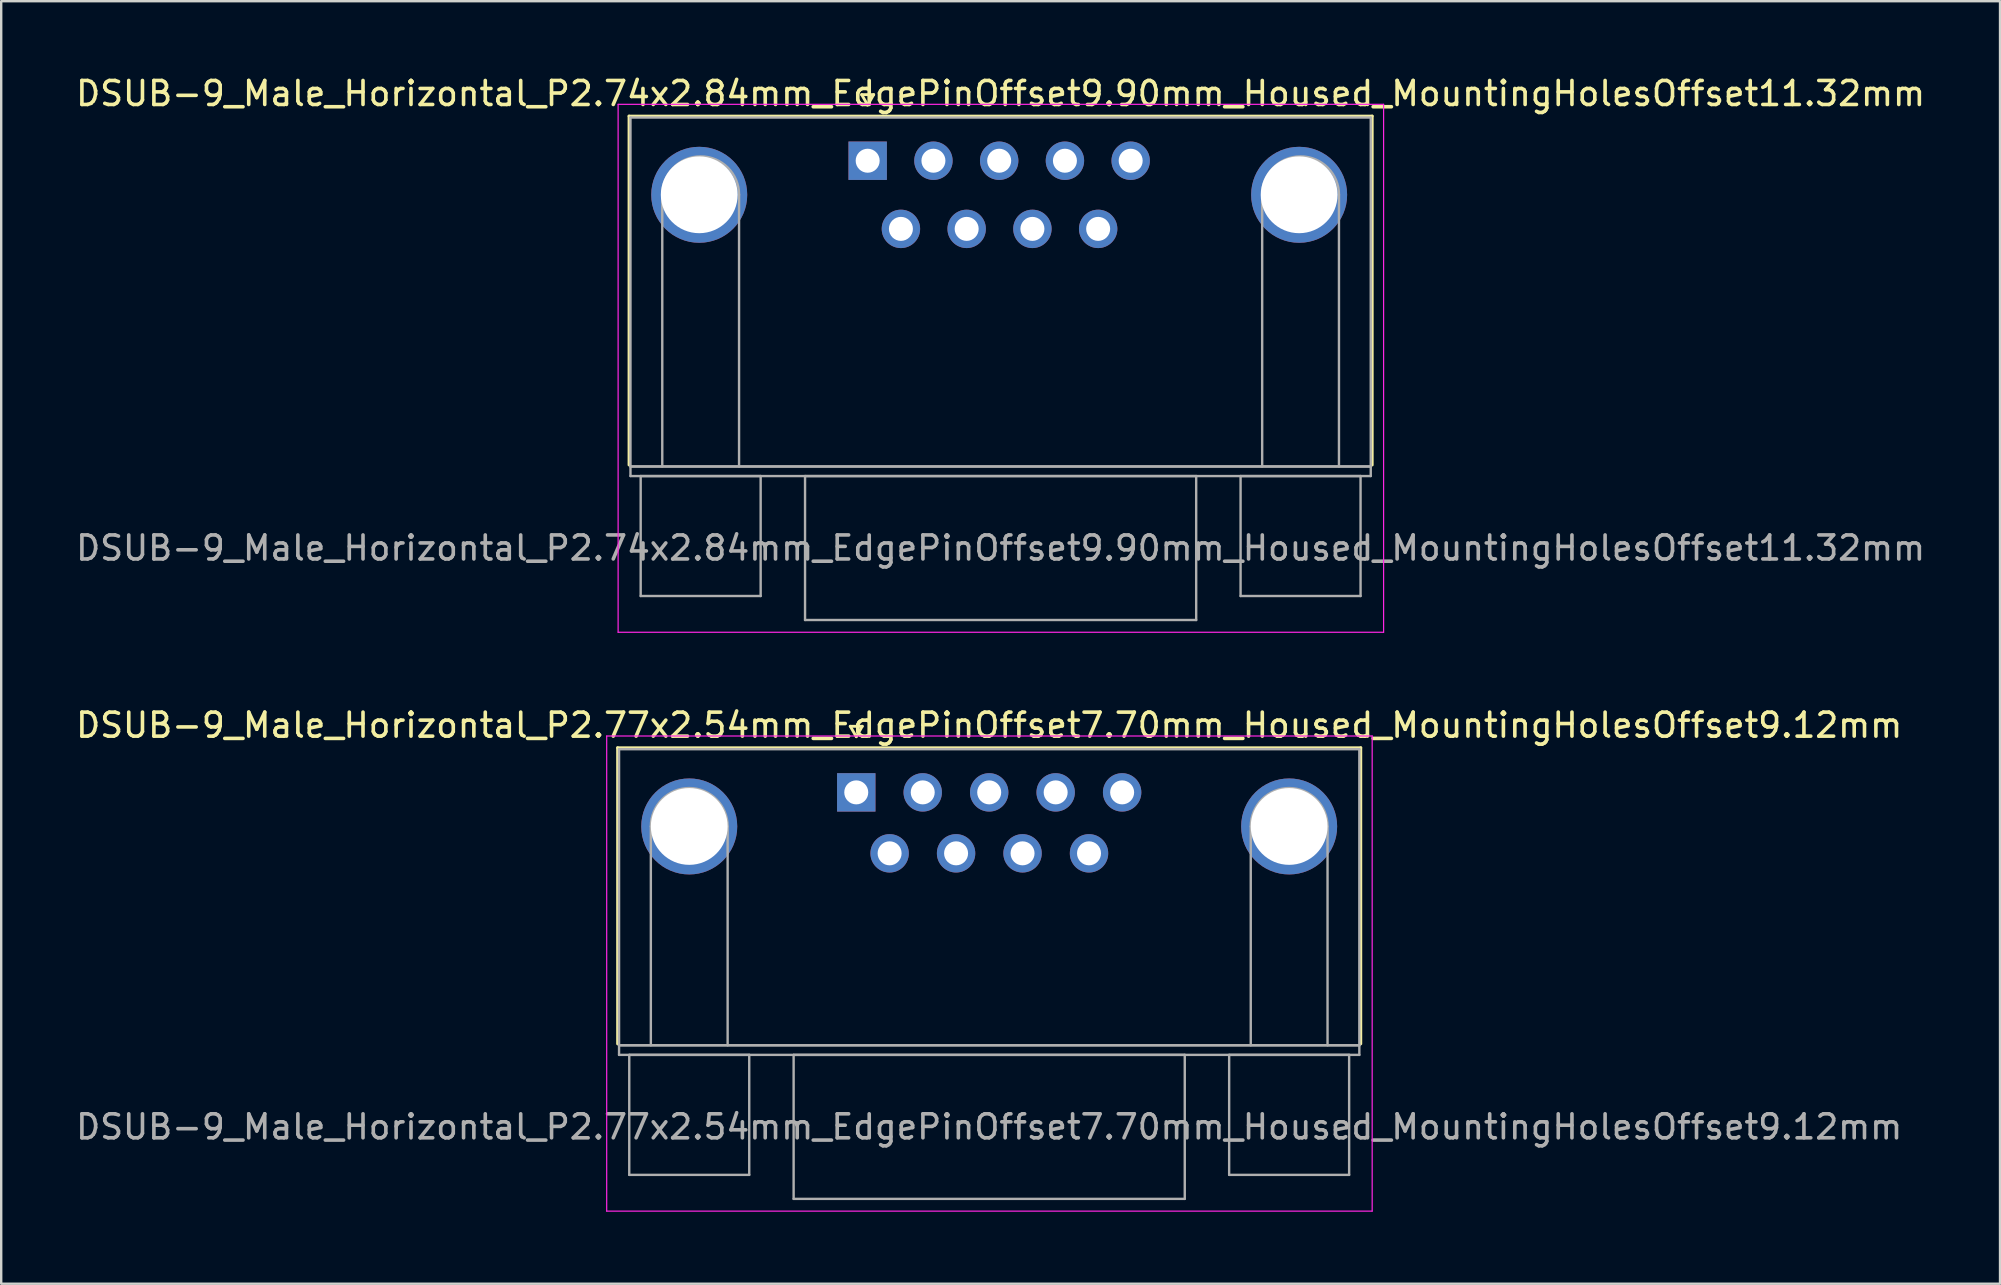
<source format=kicad_pcb>
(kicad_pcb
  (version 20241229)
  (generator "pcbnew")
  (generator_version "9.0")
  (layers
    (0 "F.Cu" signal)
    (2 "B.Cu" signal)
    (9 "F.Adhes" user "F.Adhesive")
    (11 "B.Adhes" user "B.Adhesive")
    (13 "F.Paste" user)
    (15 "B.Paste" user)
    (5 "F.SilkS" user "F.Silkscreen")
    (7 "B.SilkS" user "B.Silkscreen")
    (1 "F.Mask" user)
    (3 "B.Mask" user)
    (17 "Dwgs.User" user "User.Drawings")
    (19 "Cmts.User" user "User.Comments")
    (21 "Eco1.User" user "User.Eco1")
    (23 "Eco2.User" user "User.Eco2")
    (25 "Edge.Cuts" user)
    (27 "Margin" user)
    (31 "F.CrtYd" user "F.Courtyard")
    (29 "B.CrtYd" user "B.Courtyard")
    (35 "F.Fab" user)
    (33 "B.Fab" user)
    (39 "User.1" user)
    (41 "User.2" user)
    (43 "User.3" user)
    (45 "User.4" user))
  (footprint "DSUB-9_Male_Horizontal_P2.74x2.84mm_EdgePinOffset9.90mm_Housed_MountingHolesOffset11.32mm"
    (layer "F.Cu")
    (at 38.589 5.068)
    (property "Reference" "DSUB-9_Male_Horizontal_P2.74x2.84mm_EdgePinOffset9.90mm_Housed_MountingHolesOffset11.32mm" (at 0.06 -4.22 0) (layer "F.SilkS") (effects (font (size 1 1) (thickness 0.15))))
    (attr through_hole)
    (fp_line (start -15.425 -3.28) (end 15.545 -3.28) (stroke (width 0.12) (type solid)) (layer "F.SilkS"))
    (fp_line (start -15.425 11.26) (end -15.425 -3.28) (stroke (width 0.12) (type solid)) (layer "F.SilkS"))
    (fp_line (start -5.73 -4.174) (end -5.23 -4.174) (stroke (width 0.12) (type solid)) (layer "F.SilkS"))
    (fp_line (start -5.48 -3.741) (end -5.73 -4.174) (stroke (width 0.12) (type solid)) (layer "F.SilkS"))
    (fp_line (start -5.23 -4.174) (end -5.48 -3.741) (stroke (width 0.12) (type solid)) (layer "F.SilkS"))
    (fp_line (start 15.545 -3.28) (end 15.545 11.26) (stroke (width 0.12) (type solid)) (layer "F.SilkS"))
    (fp_line (start -15.88 -3.77) (end -15.88 18.23) (stroke (width 0.05) (type solid)) (layer "F.CrtYd"))
    (fp_line (start -15.88 18.23) (end 16.02 18.23) (stroke (width 0.05) (type solid)) (layer "F.CrtYd"))
    (fp_line (start 16.02 -3.77) (end -15.88 -3.77) (stroke (width 0.05) (type solid)) (layer "F.CrtYd"))
    (fp_line (start 16.02 18.23) (end 16.02 -3.77) (stroke (width 0.05) (type solid)) (layer "F.CrtYd"))
    (fp_line (start -15.365 -3.22) (end -15.365 11.32) (stroke (width 0.1) (type solid)) (layer "F.Fab"))
    (fp_line (start -15.365 11.32) (end -15.365 11.72) (stroke (width 0.1) (type solid)) (layer "F.Fab"))
    (fp_line (start -15.365 11.32) (end 15.485 11.32) (stroke (width 0.1) (type solid)) (layer "F.Fab"))
    (fp_line (start -15.365 11.72) (end 15.485 11.72) (stroke (width 0.1) (type solid)) (layer "F.Fab"))
    (fp_line (start -14.94 11.72) (end -14.94 16.72) (stroke (width 0.1) (type solid)) (layer "F.Fab"))
    (fp_line (start -14.94 16.72) (end -9.94 16.72) (stroke (width 0.1) (type solid)) (layer "F.Fab"))
    (fp_line (start -14.04 11.32) (end -14.04 0) (stroke (width 0.1) (type solid)) (layer "F.Fab"))
    (fp_line (start -10.84 11.32) (end -10.84 0) (stroke (width 0.1) (type solid)) (layer "F.Fab"))
    (fp_line (start -9.94 11.72) (end -14.94 11.72) (stroke (width 0.1) (type solid)) (layer "F.Fab"))
    (fp_line (start -9.94 16.72) (end -9.94 11.72) (stroke (width 0.1) (type solid)) (layer "F.Fab"))
    (fp_line (start -8.09 11.72) (end -8.09 17.72) (stroke (width 0.1) (type solid)) (layer "F.Fab"))
    (fp_line (start -8.09 17.72) (end 8.21 17.72) (stroke (width 0.1) (type solid)) (layer "F.Fab"))
    (fp_line (start 8.21 11.72) (end -8.09 11.72) (stroke (width 0.1) (type solid)) (layer "F.Fab"))
    (fp_line (start 8.21 17.72) (end 8.21 11.72) (stroke (width 0.1) (type solid)) (layer "F.Fab"))
    (fp_line (start 10.06 11.72) (end 10.06 16.72) (stroke (width 0.1) (type solid)) (layer "F.Fab"))
    (fp_line (start 10.06 16.72) (end 15.06 16.72) (stroke (width 0.1) (type solid)) (layer "F.Fab"))
    (fp_line (start 10.96 11.32) (end 10.96 0) (stroke (width 0.1) (type solid)) (layer "F.Fab"))
    (fp_line (start 14.16 11.32) (end 14.16 0) (stroke (width 0.1) (type solid)) (layer "F.Fab"))
    (fp_line (start 15.06 11.72) (end 10.06 11.72) (stroke (width 0.1) (type solid)) (layer "F.Fab"))
    (fp_line (start 15.06 16.72) (end 15.06 11.72) (stroke (width 0.1) (type solid)) (layer "F.Fab"))
    (fp_line (start 15.485 -3.22) (end -15.365 -3.22) (stroke (width 0.1) (type solid)) (layer "F.Fab"))
    (fp_line (start 15.485 11.32) (end -15.365 11.32) (stroke (width 0.1) (type solid)) (layer "F.Fab"))
    (fp_line (start 15.485 11.32) (end 15.485 -3.22) (stroke (width 0.1) (type solid)) (layer "F.Fab"))
    (fp_line (start 15.485 11.72) (end 15.485 11.32) (stroke (width 0.1) (type solid)) (layer "F.Fab"))
    (fp_arc (start -14.04 0) (mid -12.44 -1.6) (end -10.84 0) (stroke (width 0.1) (type solid)) (layer "F.Fab"))
    (fp_arc (start 10.96 0) (mid 12.56 -1.6) (end 14.16 0) (stroke (width 0.1) (type solid)) (layer "F.Fab"))
    (fp_text user "${REFERENCE}" (at 0.06 14.72 0) (layer "F.Fab") (effects (font (size 1 1) (thickness 0.15))))
    (pad "0" thru_hole circle (at -12.5 0) (size 4 4) (drill 3.2) (layers "*.Cu" "*.Mask"))
    (pad "0" thru_hole circle (at 12.5 0) (size 4 4) (drill 3.2) (layers "*.Cu" "*.Mask"))
    (pad "1" thru_hole rect (at -5.48 -1.42) (size 1.6 1.6) (drill 1) (layers "*.Cu" "*.Mask"))
    (pad "2" thru_hole circle (at -2.74 -1.42) (size 1.6 1.6) (drill 1) (layers "*.Cu" "*.Mask"))
    (pad "3" thru_hole circle (at 0 -1.42) (size 1.6 1.6) (drill 1) (layers "*.Cu" "*.Mask"))
    (pad "4" thru_hole circle (at 2.74 -1.42) (size 1.6 1.6) (drill 1) (layers "*.Cu" "*.Mask"))
    (pad "5" thru_hole circle (at 5.48 -1.42) (size 1.6 1.6) (drill 1) (layers "*.Cu" "*.Mask"))
    (pad "6" thru_hole circle (at -4.095 1.42) (size 1.6 1.6) (drill 1) (layers "*.Cu" "*.Mask"))
    (pad "7" thru_hole circle (at -1.355 1.42) (size 1.6 1.6) (drill 1) (layers "*.Cu" "*.Mask"))
    (pad "8" thru_hole circle (at 1.385 1.42) (size 1.6 1.6) (drill 1) (layers "*.Cu" "*.Mask"))
    (pad "9" thru_hole circle (at 4.125 1.42) (size 1.6 1.6) (drill 1) (layers "*.Cu" "*.Mask")))
  (footprint "DSUB-9_Male_Horizontal_P2.77x2.54mm_EdgePinOffset7.70mm_Housed_MountingHolesOffset9.12mm"
    (layer "F.Cu")
    (at 32.633 29.971)
    (property "Reference" "DSUB-9_Male_Horizontal_P2.77x2.54mm_EdgePinOffset7.70mm_Housed_MountingHolesOffset9.12mm" (at 5.54 -2.8 0) (layer "F.SilkS") (effects (font (size 1 1) (thickness 0.15))))
    (attr through_hole)
    (fp_line (start -9.945 -1.86) (end 21.025 -1.86) (stroke (width 0.12) (type solid)) (layer "F.SilkS"))
    (fp_line (start -9.945 10.48) (end -9.945 -1.86) (stroke (width 0.12) (type solid)) (layer "F.SilkS"))
    (fp_line (start -0.25 -2.754) (end 0.25 -2.754) (stroke (width 0.12) (type solid)) (layer "F.SilkS"))
    (fp_line (start 0 -2.321) (end -0.25 -2.754) (stroke (width 0.12) (type solid)) (layer "F.SilkS"))
    (fp_line (start 0.25 -2.754) (end 0 -2.321) (stroke (width 0.12) (type solid)) (layer "F.SilkS"))
    (fp_line (start 21.025 -1.86) (end 21.025 10.48) (stroke (width 0.12) (type solid)) (layer "F.SilkS"))
    (fp_line (start -10.4 -2.35) (end -10.4 17.45) (stroke (width 0.05) (type solid)) (layer "F.CrtYd"))
    (fp_line (start -10.4 17.45) (end 21.5 17.45) (stroke (width 0.05) (type solid)) (layer "F.CrtYd"))
    (fp_line (start 21.5 -2.35) (end -10.4 -2.35) (stroke (width 0.05) (type solid)) (layer "F.CrtYd"))
    (fp_line (start 21.5 17.45) (end 21.5 -2.35) (stroke (width 0.05) (type solid)) (layer "F.CrtYd"))
    (fp_line (start -9.885 -1.8) (end -9.885 10.54) (stroke (width 0.1) (type solid)) (layer "F.Fab"))
    (fp_line (start -9.885 10.54) (end -9.885 10.94) (stroke (width 0.1) (type solid)) (layer "F.Fab"))
    (fp_line (start -9.885 10.54) (end 20.965 10.54) (stroke (width 0.1) (type solid)) (layer "F.Fab"))
    (fp_line (start -9.885 10.94) (end 20.965 10.94) (stroke (width 0.1) (type solid)) (layer "F.Fab"))
    (fp_line (start -9.46 10.94) (end -9.46 15.94) (stroke (width 0.1) (type solid)) (layer "F.Fab"))
    (fp_line (start -9.46 15.94) (end -4.46 15.94) (stroke (width 0.1) (type solid)) (layer "F.Fab"))
    (fp_line (start -8.56 10.54) (end -8.56 1.42) (stroke (width 0.1) (type solid)) (layer "F.Fab"))
    (fp_line (start -5.36 10.54) (end -5.36 1.42) (stroke (width 0.1) (type solid)) (layer "F.Fab"))
    (fp_line (start -4.46 10.94) (end -9.46 10.94) (stroke (width 0.1) (type solid)) (layer "F.Fab"))
    (fp_line (start -4.46 15.94) (end -4.46 10.94) (stroke (width 0.1) (type solid)) (layer "F.Fab"))
    (fp_line (start -2.61 10.94) (end -2.61 16.94) (stroke (width 0.1) (type solid)) (layer "F.Fab"))
    (fp_line (start -2.61 16.94) (end 13.69 16.94) (stroke (width 0.1) (type solid)) (layer "F.Fab"))
    (fp_line (start 13.69 10.94) (end -2.61 10.94) (stroke (width 0.1) (type solid)) (layer "F.Fab"))
    (fp_line (start 13.69 16.94) (end 13.69 10.94) (stroke (width 0.1) (type solid)) (layer "F.Fab"))
    (fp_line (start 15.54 10.94) (end 15.54 15.94) (stroke (width 0.1) (type solid)) (layer "F.Fab"))
    (fp_line (start 15.54 15.94) (end 20.54 15.94) (stroke (width 0.1) (type solid)) (layer "F.Fab"))
    (fp_line (start 16.44 10.54) (end 16.44 1.42) (stroke (width 0.1) (type solid)) (layer "F.Fab"))
    (fp_line (start 19.64 10.54) (end 19.64 1.42) (stroke (width 0.1) (type solid)) (layer "F.Fab"))
    (fp_line (start 20.54 10.94) (end 15.54 10.94) (stroke (width 0.1) (type solid)) (layer "F.Fab"))
    (fp_line (start 20.54 15.94) (end 20.54 10.94) (stroke (width 0.1) (type solid)) (layer "F.Fab"))
    (fp_line (start 20.965 -1.8) (end -9.885 -1.8) (stroke (width 0.1) (type solid)) (layer "F.Fab"))
    (fp_line (start 20.965 10.54) (end -9.885 10.54) (stroke (width 0.1) (type solid)) (layer "F.Fab"))
    (fp_line (start 20.965 10.54) (end 20.965 -1.8) (stroke (width 0.1) (type solid)) (layer "F.Fab"))
    (fp_line (start 20.965 10.94) (end 20.965 10.54) (stroke (width 0.1) (type solid)) (layer "F.Fab"))
    (fp_arc (start -8.56 1.42) (mid -6.96 -0.18) (end -5.36 1.42) (stroke (width 0.1) (type solid)) (layer "F.Fab"))
    (fp_arc (start 16.44 1.42) (mid 18.04 -0.18) (end 19.64 1.42) (stroke (width 0.1) (type solid)) (layer "F.Fab"))
    (fp_text user "${REFERENCE}" (at 5.54 13.94 0) (layer "F.Fab") (effects (font (size 1 1) (thickness 0.15))))
    (pad "0" thru_hole circle (at -6.96 1.42) (size 4 4) (drill 3.2) (layers "*.Cu" "*.Mask"))
    (pad "0" thru_hole circle (at 18.04 1.42) (size 4 4) (drill 3.2) (layers "*.Cu" "*.Mask"))
    (pad "1" thru_hole rect (at 0 0) (size 1.6 1.6) (drill 1) (layers "*.Cu" "*.Mask"))
    (pad "2" thru_hole circle (at 2.77 0) (size 1.6 1.6) (drill 1) (layers "*.Cu" "*.Mask"))
    (pad "3" thru_hole circle (at 5.54 0) (size 1.6 1.6) (drill 1) (layers "*.Cu" "*.Mask"))
    (pad "4" thru_hole circle (at 8.31 0) (size 1.6 1.6) (drill 1) (layers "*.Cu" "*.Mask"))
    (pad "5" thru_hole circle (at 11.08 0) (size 1.6 1.6) (drill 1) (layers "*.Cu" "*.Mask"))
    (pad "6" thru_hole circle (at 1.39 2.54) (size 1.6 1.6) (drill 1) (layers "*.Cu" "*.Mask"))
    (pad "7" thru_hole circle (at 4.16 2.54) (size 1.6 1.6) (drill 1) (layers "*.Cu" "*.Mask"))
    (pad "8" thru_hole circle (at 6.93 2.54) (size 1.6 1.6) (drill 1) (layers "*.Cu" "*.Mask"))
    (pad "9" thru_hole circle (at 9.7 2.54) (size 1.6 1.6) (drill 1) (layers "*.Cu" "*.Mask")))
  (gr_rect
    (start -3 -3)
    (end 80.298 50.447)
    (stroke (width 0.1) (type default))
    (fill no)
    (layer "Edge.Cuts")))
</source>
